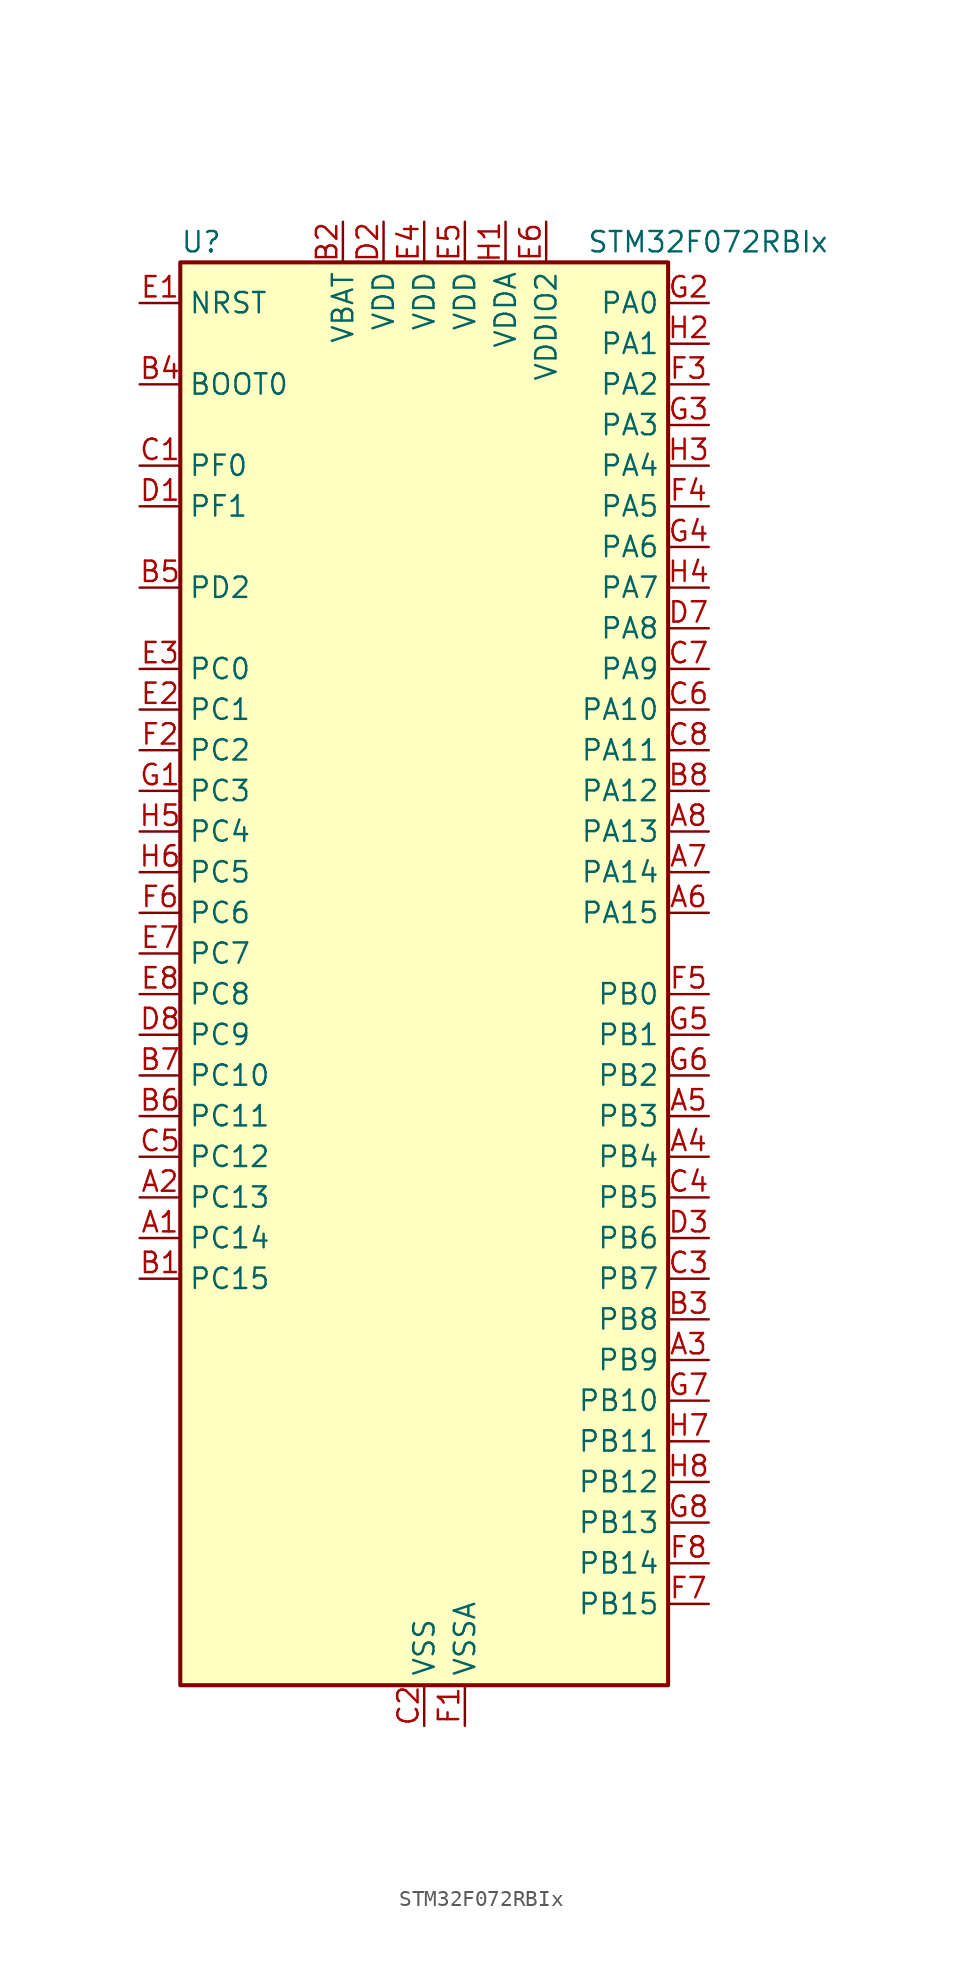
<source format=kicad_sym>
(kicad_symbol_lib
  (version 20231120)
  (generator "kicad_symbol_editor")
  (generator_version "8.0")
  (symbol "STM32F072RBIx"
    (property "Reference" "U"
      (at -15.24 46.99 0)
      (effects (font (size 1.27 1.27)) (justify left)))
    (property "Value" "STM32F072RBIx"
      (at 10.16 46.99 0)
      (effects (font (size 1.27 1.27)) (justify left)))
    (property "ki_locked" ""
      (at 0 0 0)
      (effects (font (size 1.27 1.27))))
    (symbol "STM32F072RBIx_0_1"
      (rectangle (start -15.24 -43.18) (end 15.24 45.72) (stroke (width 0.254) (type default)) (fill (type background))))
    (symbol "STM32F072RBIx_1_1"
      (pin bidirectional line (at -17.78 -15.24 0) (length 2.54) (name "PC14" (effects (font (size 1.27 1.27)))) (number "A1" (effects (font (size 1.27 1.27)))) (alternate "RCC_OSC32_IN" bidirectional line))
      (pin bidirectional line (at -17.78 -12.7 0) (length 2.54) (name "PC13" (effects (font (size 1.27 1.27)))) (number "A2" (effects (font (size 1.27 1.27)))) (alternate "RTC_OUT_ALARM" bidirectional line) (alternate "RTC_OUT_CALIB" bidirectional line) (alternate "RTC_TAMP1" bidirectional line) (alternate "RTC_TS" bidirectional line) (alternate "SYS_WKUP2" bidirectional line))
      (pin bidirectional line (at 17.78 -22.86 180) (length 2.54) (name "PB9" (effects (font (size 1.27 1.27)))) (number "A3" (effects (font (size 1.27 1.27)))) (alternate "CAN_TX" bidirectional line) (alternate "DAC_EXTI9" bidirectional line) (alternate "I2C1_SDA" bidirectional line) (alternate "I2S2_WS" bidirectional line) (alternate "IR_OUT" bidirectional line) (alternate "SPI2_NSS" bidirectional line) (alternate "TIM17_CH1" bidirectional line))
      (pin bidirectional line (at 17.78 -10.16 180) (length 2.54) (name "PB4" (effects (font (size 1.27 1.27)))) (number "A4" (effects (font (size 1.27 1.27)))) (alternate "I2S1_MCK" bidirectional line) (alternate "SPI1_MISO" bidirectional line) (alternate "TIM17_BKIN" bidirectional line) (alternate "TIM3_CH1" bidirectional line) (alternate "TSC_G5_IO2" bidirectional line))
      (pin bidirectional line (at 17.78 -7.62 180) (length 2.54) (name "PB3" (effects (font (size 1.27 1.27)))) (number "A5" (effects (font (size 1.27 1.27)))) (alternate "I2S1_CK" bidirectional line) (alternate "SPI1_SCK" bidirectional line) (alternate "TIM2_CH2" bidirectional line) (alternate "TSC_G5_IO1" bidirectional line))
      (pin bidirectional line (at 17.78 5.08 180) (length 2.54) (name "PA15" (effects (font (size 1.27 1.27)))) (number "A6" (effects (font (size 1.27 1.27)))) (alternate "I2S1_WS" bidirectional line) (alternate "SPI1_NSS" bidirectional line) (alternate "TIM2_CH1" bidirectional line) (alternate "TIM2_ETR" bidirectional line) (alternate "USART2_RX" bidirectional line) (alternate "USART4_DE" bidirectional line) (alternate "USART4_RTS" bidirectional line))
      (pin bidirectional line (at 17.78 7.62 180) (length 2.54) (name "PA14" (effects (font (size 1.27 1.27)))) (number "A7" (effects (font (size 1.27 1.27)))) (alternate "SYS_SWCLK" bidirectional line) (alternate "USART2_TX" bidirectional line))
      (pin bidirectional line (at 17.78 10.16 180) (length 2.54) (name "PA13" (effects (font (size 1.27 1.27)))) (number "A8" (effects (font (size 1.27 1.27)))) (alternate "IR_OUT" bidirectional line) (alternate "SYS_SWDIO" bidirectional line) (alternate "USB_NOE" bidirectional line))
      (pin bidirectional line (at -17.78 -17.78 0) (length 2.54) (name "PC15" (effects (font (size 1.27 1.27)))) (number "B1" (effects (font (size 1.27 1.27)))) (alternate "RCC_OSC32_OUT" bidirectional line))
      (pin power_in line (at -5.08 48.26 270) (length 2.54) (name "VBAT" (effects (font (size 1.27 1.27)))) (number "B2" (effects (font (size 1.27 1.27)))))
      (pin bidirectional line (at 17.78 -20.32 180) (length 2.54) (name "PB8" (effects (font (size 1.27 1.27)))) (number "B3" (effects (font (size 1.27 1.27)))) (alternate "CAN_RX" bidirectional line) (alternate "CEC" bidirectional line) (alternate "I2C1_SCL" bidirectional line) (alternate "TIM16_CH1" bidirectional line) (alternate "TSC_SYNC" bidirectional line))
      (pin input line (at -17.78 38.1 0) (length 2.54) (name "BOOT0" (effects (font (size 1.27 1.27)))) (number "B4" (effects (font (size 1.27 1.27)))))
      (pin bidirectional line (at -17.78 25.4 0) (length 2.54) (name "PD2" (effects (font (size 1.27 1.27)))) (number "B5" (effects (font (size 1.27 1.27)))) (alternate "TIM3_ETR" bidirectional line) (alternate "USART3_DE" bidirectional line) (alternate "USART3_RTS" bidirectional line))
      (pin bidirectional line (at -17.78 -7.62 0) (length 2.54) (name "PC11" (effects (font (size 1.27 1.27)))) (number "B6" (effects (font (size 1.27 1.27)))) (alternate "USART3_RX" bidirectional line) (alternate "USART4_RX" bidirectional line))
      (pin bidirectional line (at -17.78 -5.08 0) (length 2.54) (name "PC10" (effects (font (size 1.27 1.27)))) (number "B7" (effects (font (size 1.27 1.27)))) (alternate "USART3_TX" bidirectional line) (alternate "USART4_TX" bidirectional line))
      (pin bidirectional line (at 17.78 12.7 180) (length 2.54) (name "PA12" (effects (font (size 1.27 1.27)))) (number "B8" (effects (font (size 1.27 1.27)))) (alternate "CAN_TX" bidirectional line) (alternate "COMP2_OUT" bidirectional line) (alternate "TIM1_ETR" bidirectional line) (alternate "TSC_G4_IO4" bidirectional line) (alternate "USART1_DE" bidirectional line) (alternate "USART1_RTS" bidirectional line) (alternate "USB_DP" bidirectional line))
      (pin bidirectional line (at -17.78 33.02 0) (length 2.54) (name "PF0" (effects (font (size 1.27 1.27)))) (number "C1" (effects (font (size 1.27 1.27)))) (alternate "CRS_SYNC" bidirectional line) (alternate "RCC_OSC_IN" bidirectional line))
      (pin power_in line (at 0 -45.72 90) (length 2.54) (name "VSS" (effects (font (size 1.27 1.27)))) (number "C2" (effects (font (size 1.27 1.27)))))
      (pin bidirectional line (at 17.78 -17.78 180) (length 2.54) (name "PB7" (effects (font (size 1.27 1.27)))) (number "C3" (effects (font (size 1.27 1.27)))) (alternate "I2C1_SDA" bidirectional line) (alternate "TIM17_CH1N" bidirectional line) (alternate "TSC_G5_IO4" bidirectional line) (alternate "USART1_RX" bidirectional line) (alternate "USART4_CTS" bidirectional line))
      (pin bidirectional line (at 17.78 -12.7 180) (length 2.54) (name "PB5" (effects (font (size 1.27 1.27)))) (number "C4" (effects (font (size 1.27 1.27)))) (alternate "I2C1_SMBA" bidirectional line) (alternate "I2S1_SD" bidirectional line) (alternate "SPI1_MOSI" bidirectional line) (alternate "SYS_WKUP6" bidirectional line) (alternate "TIM16_BKIN" bidirectional line) (alternate "TIM3_CH2" bidirectional line))
      (pin bidirectional line (at -17.78 -10.16 0) (length 2.54) (name "PC12" (effects (font (size 1.27 1.27)))) (number "C5" (effects (font (size 1.27 1.27)))) (alternate "USART3_CK" bidirectional line) (alternate "USART4_CK" bidirectional line))
      (pin bidirectional line (at 17.78 17.78 180) (length 2.54) (name "PA10" (effects (font (size 1.27 1.27)))) (number "C6" (effects (font (size 1.27 1.27)))) (alternate "TIM17_BKIN" bidirectional line) (alternate "TIM1_CH3" bidirectional line) (alternate "TSC_G4_IO2" bidirectional line) (alternate "USART1_RX" bidirectional line))
      (pin bidirectional line (at 17.78 20.32 180) (length 2.54) (name "PA9" (effects (font (size 1.27 1.27)))) (number "C7" (effects (font (size 1.27 1.27)))) (alternate "DAC_EXTI9" bidirectional line) (alternate "TIM15_BKIN" bidirectional line) (alternate "TIM1_CH2" bidirectional line) (alternate "TSC_G4_IO1" bidirectional line) (alternate "USART1_TX" bidirectional line))
      (pin bidirectional line (at 17.78 15.24 180) (length 2.54) (name "PA11" (effects (font (size 1.27 1.27)))) (number "C8" (effects (font (size 1.27 1.27)))) (alternate "CAN_RX" bidirectional line) (alternate "COMP1_OUT" bidirectional line) (alternate "TIM1_CH4" bidirectional line) (alternate "TSC_G4_IO3" bidirectional line) (alternate "USART1_CTS" bidirectional line) (alternate "USB_DM" bidirectional line))
      (pin bidirectional line (at -17.78 30.48 0) (length 2.54) (name "PF1" (effects (font (size 1.27 1.27)))) (number "D1" (effects (font (size 1.27 1.27)))) (alternate "RCC_OSC_OUT" bidirectional line))
      (pin power_in line (at -2.54 48.26 270) (length 2.54) (name "VDD" (effects (font (size 1.27 1.27)))) (number "D2" (effects (font (size 1.27 1.27)))))
      (pin bidirectional line (at 17.78 -15.24 180) (length 2.54) (name "PB6" (effects (font (size 1.27 1.27)))) (number "D3" (effects (font (size 1.27 1.27)))) (alternate "I2C1_SCL" bidirectional line) (alternate "TIM16_CH1N" bidirectional line) (alternate "TSC_G5_IO3" bidirectional line) (alternate "USART1_TX" bidirectional line))
      (pin passive line (at 0 -45.72 90) (length 2.54) hide (name "VSS" (effects (font (size 1.27 1.27)))) (number "D4" (effects (font (size 1.27 1.27)))))
      (pin passive line (at 0 -45.72 90) (length 2.54) hide (name "VSS" (effects (font (size 1.27 1.27)))) (number "D5" (effects (font (size 1.27 1.27)))))
      (pin passive line (at 0 -45.72 90) (length 2.54) hide (name "VSS" (effects (font (size 1.27 1.27)))) (number "D6" (effects (font (size 1.27 1.27)))))
      (pin bidirectional line (at 17.78 22.86 180) (length 2.54) (name "PA8" (effects (font (size 1.27 1.27)))) (number "D7" (effects (font (size 1.27 1.27)))) (alternate "CRS_SYNC" bidirectional line) (alternate "RCC_MCO" bidirectional line) (alternate "TIM1_CH1" bidirectional line) (alternate "USART1_CK" bidirectional line))
      (pin bidirectional line (at -17.78 -2.54 0) (length 2.54) (name "PC9" (effects (font (size 1.27 1.27)))) (number "D8" (effects (font (size 1.27 1.27)))) (alternate "DAC_EXTI9" bidirectional line) (alternate "TIM3_CH4" bidirectional line))
      (pin input line (at -17.78 43.18 0) (length 2.54) (name "NRST" (effects (font (size 1.27 1.27)))) (number "E1" (effects (font (size 1.27 1.27)))))
      (pin bidirectional line (at -17.78 17.78 0) (length 2.54) (name "PC1" (effects (font (size 1.27 1.27)))) (number "E2" (effects (font (size 1.27 1.27)))) (alternate "ADC_IN11" bidirectional line))
      (pin bidirectional line (at -17.78 20.32 0) (length 2.54) (name "PC0" (effects (font (size 1.27 1.27)))) (number "E3" (effects (font (size 1.27 1.27)))) (alternate "ADC_IN10" bidirectional line))
      (pin power_in line (at 0 48.26 270) (length 2.54) (name "VDD" (effects (font (size 1.27 1.27)))) (number "E4" (effects (font (size 1.27 1.27)))))
      (pin power_in line (at 2.54 48.26 270) (length 2.54) (name "VDD" (effects (font (size 1.27 1.27)))) (number "E5" (effects (font (size 1.27 1.27)))))
      (pin power_in line (at 7.62 48.26 270) (length 2.54) (name "VDDIO2" (effects (font (size 1.27 1.27)))) (number "E6" (effects (font (size 1.27 1.27)))))
      (pin bidirectional line (at -17.78 2.54 0) (length 2.54) (name "PC7" (effects (font (size 1.27 1.27)))) (number "E7" (effects (font (size 1.27 1.27)))) (alternate "TIM3_CH2" bidirectional line))
      (pin bidirectional line (at -17.78 0 0) (length 2.54) (name "PC8" (effects (font (size 1.27 1.27)))) (number "E8" (effects (font (size 1.27 1.27)))) (alternate "TIM3_CH3" bidirectional line))
      (pin power_in line (at 2.54 -45.72 90) (length 2.54) (name "VSSA" (effects (font (size 1.27 1.27)))) (number "F1" (effects (font (size 1.27 1.27)))))
      (pin bidirectional line (at -17.78 15.24 0) (length 2.54) (name "PC2" (effects (font (size 1.27 1.27)))) (number "F2" (effects (font (size 1.27 1.27)))) (alternate "ADC_IN12" bidirectional line) (alternate "I2S2_MCK" bidirectional line) (alternate "SPI2_MISO" bidirectional line))
      (pin bidirectional line (at 17.78 38.1 180) (length 2.54) (name "PA2" (effects (font (size 1.27 1.27)))) (number "F3" (effects (font (size 1.27 1.27)))) (alternate "ADC_IN2" bidirectional line) (alternate "COMP2_INM" bidirectional line) (alternate "COMP2_OUT" bidirectional line) (alternate "SYS_WKUP4" bidirectional line) (alternate "TIM15_CH1" bidirectional line) (alternate "TIM2_CH3" bidirectional line) (alternate "TSC_G1_IO3" bidirectional line) (alternate "USART2_TX" bidirectional line))
      (pin bidirectional line (at 17.78 30.48 180) (length 2.54) (name "PA5" (effects (font (size 1.27 1.27)))) (number "F4" (effects (font (size 1.27 1.27)))) (alternate "ADC_IN5" bidirectional line) (alternate "CEC" bidirectional line) (alternate "COMP1_INM" bidirectional line) (alternate "COMP2_INM" bidirectional line) (alternate "DAC_OUT2" bidirectional line) (alternate "I2S1_CK" bidirectional line) (alternate "SPI1_SCK" bidirectional line) (alternate "TIM2_CH1" bidirectional line) (alternate "TIM2_ETR" bidirectional line) (alternate "TSC_G2_IO2" bidirectional line))
      (pin bidirectional line (at 17.78 0 180) (length 2.54) (name "PB0" (effects (font (size 1.27 1.27)))) (number "F5" (effects (font (size 1.27 1.27)))) (alternate "ADC_IN8" bidirectional line) (alternate "TIM1_CH2N" bidirectional line) (alternate "TIM3_CH3" bidirectional line) (alternate "TSC_G3_IO2" bidirectional line) (alternate "USART3_CK" bidirectional line))
      (pin bidirectional line (at -17.78 5.08 0) (length 2.54) (name "PC6" (effects (font (size 1.27 1.27)))) (number "F6" (effects (font (size 1.27 1.27)))) (alternate "TIM3_CH1" bidirectional line))
      (pin bidirectional line (at 17.78 -38.1 180) (length 2.54) (name "PB15" (effects (font (size 1.27 1.27)))) (number "F7" (effects (font (size 1.27 1.27)))) (alternate "I2S2_SD" bidirectional line) (alternate "RTC_REFIN" bidirectional line) (alternate "SPI2_MOSI" bidirectional line) (alternate "SYS_WKUP7" bidirectional line) (alternate "TIM15_CH1N" bidirectional line) (alternate "TIM15_CH2" bidirectional line) (alternate "TIM1_CH3N" bidirectional line))
      (pin bidirectional line (at 17.78 -35.56 180) (length 2.54) (name "PB14" (effects (font (size 1.27 1.27)))) (number "F8" (effects (font (size 1.27 1.27)))) (alternate "I2C2_SDA" bidirectional line) (alternate "I2S2_MCK" bidirectional line) (alternate "SPI2_MISO" bidirectional line) (alternate "TIM15_CH1" bidirectional line) (alternate "TIM1_CH2N" bidirectional line) (alternate "TSC_G6_IO4" bidirectional line) (alternate "USART3_DE" bidirectional line) (alternate "USART3_RTS" bidirectional line))
      (pin bidirectional line (at -17.78 12.7 0) (length 2.54) (name "PC3" (effects (font (size 1.27 1.27)))) (number "G1" (effects (font (size 1.27 1.27)))) (alternate "ADC_IN13" bidirectional line) (alternate "I2S2_SD" bidirectional line) (alternate "SPI2_MOSI" bidirectional line))
      (pin bidirectional line (at 17.78 43.18 180) (length 2.54) (name "PA0" (effects (font (size 1.27 1.27)))) (number "G2" (effects (font (size 1.27 1.27)))) (alternate "ADC_IN0" bidirectional line) (alternate "COMP1_INM" bidirectional line) (alternate "COMP1_OUT" bidirectional line) (alternate "RTC_TAMP2" bidirectional line) (alternate "SYS_WKUP1" bidirectional line) (alternate "TIM2_CH1" bidirectional line) (alternate "TIM2_ETR" bidirectional line) (alternate "TSC_G1_IO1" bidirectional line) (alternate "USART2_CTS" bidirectional line) (alternate "USART4_TX" bidirectional line))
      (pin bidirectional line (at 17.78 35.56 180) (length 2.54) (name "PA3" (effects (font (size 1.27 1.27)))) (number "G3" (effects (font (size 1.27 1.27)))) (alternate "ADC_IN3" bidirectional line) (alternate "COMP2_INP" bidirectional line) (alternate "TIM15_CH2" bidirectional line) (alternate "TIM2_CH4" bidirectional line) (alternate "TSC_G1_IO4" bidirectional line) (alternate "USART2_RX" bidirectional line))
      (pin bidirectional line (at 17.78 27.94 180) (length 2.54) (name "PA6" (effects (font (size 1.27 1.27)))) (number "G4" (effects (font (size 1.27 1.27)))) (alternate "ADC_IN6" bidirectional line) (alternate "COMP1_OUT" bidirectional line) (alternate "I2S1_MCK" bidirectional line) (alternate "SPI1_MISO" bidirectional line) (alternate "TIM16_CH1" bidirectional line) (alternate "TIM1_BKIN" bidirectional line) (alternate "TIM3_CH1" bidirectional line) (alternate "TSC_G2_IO3" bidirectional line) (alternate "USART3_CTS" bidirectional line))
      (pin bidirectional line (at 17.78 -2.54 180) (length 2.54) (name "PB1" (effects (font (size 1.27 1.27)))) (number "G5" (effects (font (size 1.27 1.27)))) (alternate "ADC_IN9" bidirectional line) (alternate "TIM14_CH1" bidirectional line) (alternate "TIM1_CH3N" bidirectional line) (alternate "TIM3_CH4" bidirectional line) (alternate "TSC_G3_IO3" bidirectional line) (alternate "USART3_DE" bidirectional line) (alternate "USART3_RTS" bidirectional line))
      (pin bidirectional line (at 17.78 -5.08 180) (length 2.54) (name "PB2" (effects (font (size 1.27 1.27)))) (number "G6" (effects (font (size 1.27 1.27)))) (alternate "TSC_G3_IO4" bidirectional line))
      (pin bidirectional line (at 17.78 -25.4 180) (length 2.54) (name "PB10" (effects (font (size 1.27 1.27)))) (number "G7" (effects (font (size 1.27 1.27)))) (alternate "CEC" bidirectional line) (alternate "I2C2_SCL" bidirectional line) (alternate "I2S2_CK" bidirectional line) (alternate "SPI2_SCK" bidirectional line) (alternate "TIM2_CH3" bidirectional line) (alternate "TSC_SYNC" bidirectional line) (alternate "USART3_TX" bidirectional line))
      (pin bidirectional line (at 17.78 -33.02 180) (length 2.54) (name "PB13" (effects (font (size 1.27 1.27)))) (number "G8" (effects (font (size 1.27 1.27)))) (alternate "I2C2_SCL" bidirectional line) (alternate "I2S2_CK" bidirectional line) (alternate "SPI2_SCK" bidirectional line) (alternate "TIM1_CH1N" bidirectional line) (alternate "TSC_G6_IO3" bidirectional line) (alternate "USART3_CTS" bidirectional line))
      (pin power_in line (at 5.08 48.26 270) (length 2.54) (name "VDDA" (effects (font (size 1.27 1.27)))) (number "H1" (effects (font (size 1.27 1.27)))))
      (pin bidirectional line (at 17.78 40.64 180) (length 2.54) (name "PA1" (effects (font (size 1.27 1.27)))) (number "H2" (effects (font (size 1.27 1.27)))) (alternate "ADC_IN1" bidirectional line) (alternate "COMP1_INP" bidirectional line) (alternate "TIM15_CH1N" bidirectional line) (alternate "TIM2_CH2" bidirectional line) (alternate "TSC_G1_IO2" bidirectional line) (alternate "USART2_DE" bidirectional line) (alternate "USART2_RTS" bidirectional line) (alternate "USART4_RX" bidirectional line))
      (pin bidirectional line (at 17.78 33.02 180) (length 2.54) (name "PA4" (effects (font (size 1.27 1.27)))) (number "H3" (effects (font (size 1.27 1.27)))) (alternate "ADC_IN4" bidirectional line) (alternate "COMP1_INM" bidirectional line) (alternate "COMP2_INM" bidirectional line) (alternate "DAC_OUT1" bidirectional line) (alternate "I2S1_WS" bidirectional line) (alternate "SPI1_NSS" bidirectional line) (alternate "TIM14_CH1" bidirectional line) (alternate "TSC_G2_IO1" bidirectional line) (alternate "USART2_CK" bidirectional line))
      (pin bidirectional line (at 17.78 25.4 180) (length 2.54) (name "PA7" (effects (font (size 1.27 1.27)))) (number "H4" (effects (font (size 1.27 1.27)))) (alternate "ADC_IN7" bidirectional line) (alternate "COMP2_OUT" bidirectional line) (alternate "I2S1_SD" bidirectional line) (alternate "SPI1_MOSI" bidirectional line) (alternate "TIM14_CH1" bidirectional line) (alternate "TIM17_CH1" bidirectional line) (alternate "TIM1_CH1N" bidirectional line) (alternate "TIM3_CH2" bidirectional line) (alternate "TSC_G2_IO4" bidirectional line))
      (pin bidirectional line (at -17.78 10.16 0) (length 2.54) (name "PC4" (effects (font (size 1.27 1.27)))) (number "H5" (effects (font (size 1.27 1.27)))) (alternate "ADC_IN14" bidirectional line) (alternate "USART3_TX" bidirectional line))
      (pin bidirectional line (at -17.78 7.62 0) (length 2.54) (name "PC5" (effects (font (size 1.27 1.27)))) (number "H6" (effects (font (size 1.27 1.27)))) (alternate "ADC_IN15" bidirectional line) (alternate "SYS_WKUP5" bidirectional line) (alternate "TSC_G3_IO1" bidirectional line) (alternate "USART3_RX" bidirectional line))
      (pin bidirectional line (at 17.78 -27.94 180) (length 2.54) (name "PB11" (effects (font (size 1.27 1.27)))) (number "H7" (effects (font (size 1.27 1.27)))) (alternate "I2C2_SDA" bidirectional line) (alternate "TIM2_CH4" bidirectional line) (alternate "TSC_G6_IO1" bidirectional line) (alternate "USART3_RX" bidirectional line))
      (pin bidirectional line (at 17.78 -30.48 180) (length 2.54) (name "PB12" (effects (font (size 1.27 1.27)))) (number "H8" (effects (font (size 1.27 1.27)))) (alternate "I2S2_WS" bidirectional line) (alternate "SPI2_NSS" bidirectional line) (alternate "TIM15_BKIN" bidirectional line) (alternate "TIM1_BKIN" bidirectional line) (alternate "TSC_G6_IO2" bidirectional line) (alternate "USART3_CK" bidirectional line)))))
</source>
